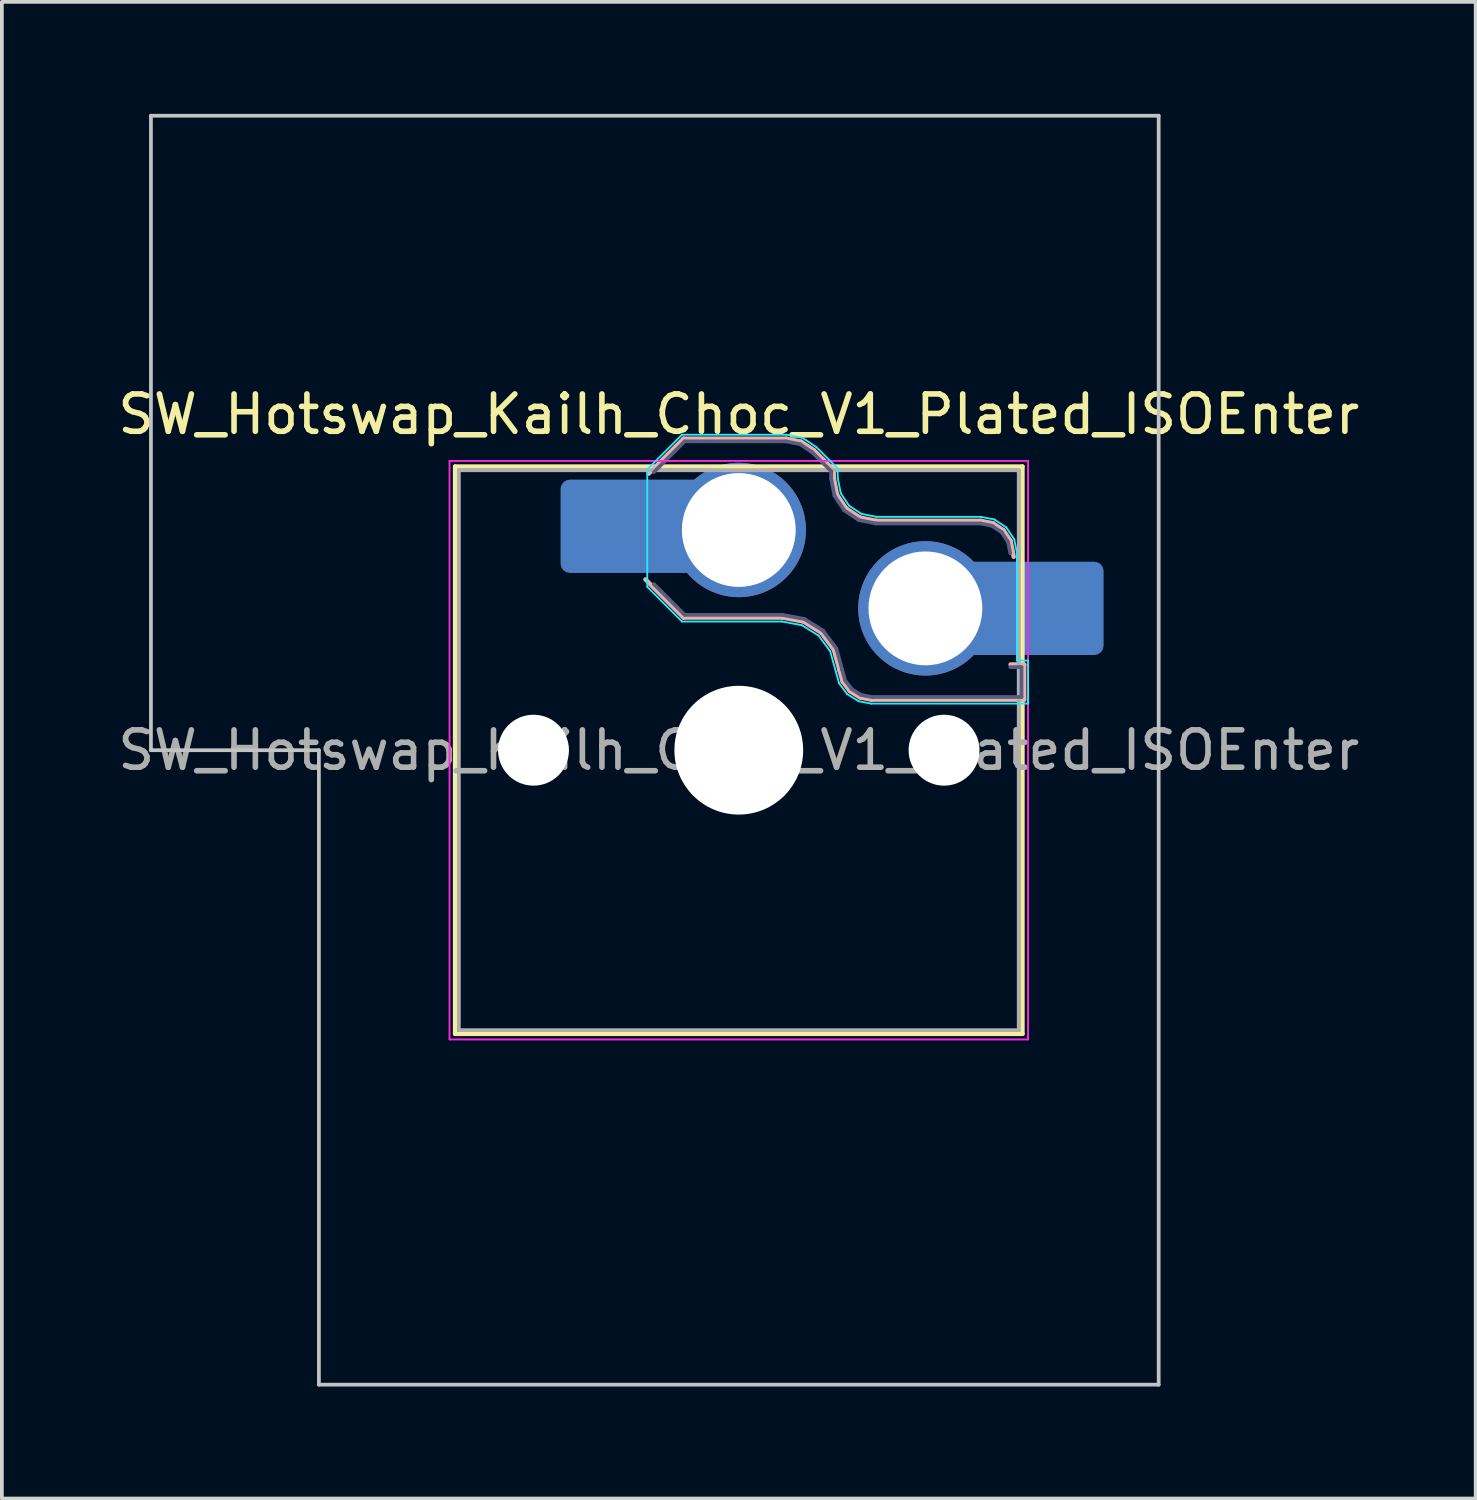
<source format=kicad_pcb>
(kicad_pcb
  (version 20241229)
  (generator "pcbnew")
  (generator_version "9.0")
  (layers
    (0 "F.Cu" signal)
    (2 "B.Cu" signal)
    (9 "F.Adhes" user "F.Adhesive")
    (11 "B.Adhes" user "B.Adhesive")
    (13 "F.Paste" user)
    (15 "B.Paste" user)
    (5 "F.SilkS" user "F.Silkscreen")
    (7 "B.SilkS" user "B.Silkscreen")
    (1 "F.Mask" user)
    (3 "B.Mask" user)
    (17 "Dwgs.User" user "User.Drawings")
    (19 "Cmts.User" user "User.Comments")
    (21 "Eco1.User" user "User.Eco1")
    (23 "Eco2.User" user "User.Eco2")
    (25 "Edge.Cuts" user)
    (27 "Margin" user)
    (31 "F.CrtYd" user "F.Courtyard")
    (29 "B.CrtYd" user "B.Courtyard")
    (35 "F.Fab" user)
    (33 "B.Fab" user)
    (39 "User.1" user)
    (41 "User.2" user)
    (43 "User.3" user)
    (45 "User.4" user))
  (footprint "SW_Hotswap_Kailh_Choc_V1_Plated_ISOEnter"
    (layer "F.Cu")
    (at 16.744 17.05)
    (property "Reference" "SW_Hotswap_Kailh_Choc_V1_Plated_ISOEnter" (at 0 -9 0) (layer "F.SilkS") (effects (font (size 1 1) (thickness 0.15))))
    (attr smd)
    (fp_line (start -7.6 -7.6) (end -7.6 7.6) (stroke (width 0.12) (type solid)) (layer "F.SilkS"))
    (fp_line (start -7.6 7.6) (end 7.6 7.6) (stroke (width 0.12) (type solid)) (layer "F.SilkS"))
    (fp_line (start 7.6 -7.6) (end -7.6 -7.6) (stroke (width 0.12) (type solid)) (layer "F.SilkS"))
    (fp_line (start 7.6 7.6) (end 7.6 -7.6) (stroke (width 0.12) (type solid)) (layer "F.SilkS"))
    (fp_line (start -2.416 -7.409) (end -1.479 -8.346) (stroke (width 0.12) (type solid)) (layer "B.SilkS"))
    (fp_line (start -1.479 -8.346) (end 1.268 -8.346) (stroke (width 0.12) (type solid)) (layer "B.SilkS"))
    (fp_line (start -1.479 -3.554) (end -2.5 -4.575) (stroke (width 0.12) (type solid)) (layer "B.SilkS"))
    (fp_line (start 1.168 -3.554) (end -1.479 -3.554) (stroke (width 0.12) (type solid)) (layer "B.SilkS"))
    (fp_line (start 1.268 -8.346) (end 1.671 -8.266) (stroke (width 0.12) (type solid)) (layer "B.SilkS"))
    (fp_line (start 1.671 -8.266) (end 2.013 -8.037) (stroke (width 0.12) (type solid)) (layer "B.SilkS"))
    (fp_line (start 1.73 -3.449) (end 1.168 -3.554) (stroke (width 0.12) (type solid)) (layer "B.SilkS"))
    (fp_line (start 2.013 -8.037) (end 2.546 -7.504) (stroke (width 0.12) (type solid)) (layer "B.SilkS"))
    (fp_line (start 2.209 -3.15) (end 1.73 -3.449) (stroke (width 0.12) (type solid)) (layer "B.SilkS"))
    (fp_line (start 2.546 -7.504) (end 2.546 -7.282) (stroke (width 0.12) (type solid)) (layer "B.SilkS"))
    (fp_line (start 2.546 -7.282) (end 2.633 -6.844) (stroke (width 0.12) (type solid)) (layer "B.SilkS"))
    (fp_line (start 2.547 -2.697) (end 2.209 -3.15) (stroke (width 0.12) (type solid)) (layer "B.SilkS"))
    (fp_line (start 2.633 -6.844) (end 2.877 -6.477) (stroke (width 0.12) (type solid)) (layer "B.SilkS"))
    (fp_line (start 2.701 -2.139) (end 2.547 -2.697) (stroke (width 0.12) (type solid)) (layer "B.SilkS"))
    (fp_line (start 2.783 -1.841) (end 2.701 -2.139) (stroke (width 0.12) (type solid)) (layer "B.SilkS"))
    (fp_line (start 2.877 -6.477) (end 3.244 -6.233) (stroke (width 0.12) (type solid)) (layer "B.SilkS"))
    (fp_line (start 2.976 -1.583) (end 2.783 -1.841) (stroke (width 0.12) (type solid)) (layer "B.SilkS"))
    (fp_line (start 3.244 -6.233) (end 3.682 -6.146) (stroke (width 0.12) (type solid)) (layer "B.SilkS"))
    (fp_line (start 3.25 -1.413) (end 2.976 -1.583) (stroke (width 0.12) (type solid)) (layer "B.SilkS"))
    (fp_line (start 3.56 -1.354) (end 3.25 -1.413) (stroke (width 0.12) (type solid)) (layer "B.SilkS"))
    (fp_line (start 3.682 -6.146) (end 6.482 -6.146) (stroke (width 0.12) (type solid)) (layer "B.SilkS"))
    (fp_line (start 6.482 -6.146) (end 6.809 -6.081) (stroke (width 0.12) (type solid)) (layer "B.SilkS"))
    (fp_line (start 6.809 -6.081) (end 7.092 -5.892) (stroke (width 0.12) (type solid)) (layer "B.SilkS"))
    (fp_line (start 7.092 -5.892) (end 7.281 -5.609) (stroke (width 0.12) (type solid)) (layer "B.SilkS"))
    (fp_line (start 7.281 -5.609) (end 7.366 -5.182) (stroke (width 0.12) (type solid)) (layer "B.SilkS"))
    (fp_line (start 7.283 -2.296) (end 7.646 -2.296) (stroke (width 0.12) (type solid)) (layer "B.SilkS"))
    (fp_line (start 7.646 -2.296) (end 7.646 -1.354) (stroke (width 0.12) (type solid)) (layer "B.SilkS"))
    (fp_line (start 7.646 -1.354) (end 3.56 -1.354) (stroke (width 0.12) (type solid)) (layer "B.SilkS"))
    (fp_line (start -15.75 -17) (end -15.75 0) (stroke (width 0.1) (type solid)) (layer "Dwgs.User"))
    (fp_line (start -15.75 0) (end -11.25 0) (stroke (width 0.1) (type solid)) (layer "Dwgs.User"))
    (fp_line (start -11.25 0) (end -11.25 17) (stroke (width 0.1) (type solid)) (layer "Dwgs.User"))
    (fp_line (start -11.25 17) (end 11.25 17) (stroke (width 0.1) (type solid)) (layer "Dwgs.User"))
    (fp_line (start 11.25 -17) (end -15.75 -17) (stroke (width 0.1) (type solid)) (layer "Dwgs.User"))
    (fp_line (start 11.25 17) (end 11.25 -17) (stroke (width 0.1) (type solid)) (layer "Dwgs.User"))
    (fp_line (start -7.25 -7.25) (end -7.25 7.25) (stroke (width 0.1) (type solid)) (layer "Eco1.User"))
    (fp_line (start -7.25 7.25) (end 7.25 7.25) (stroke (width 0.1) (type solid)) (layer "Eco1.User"))
    (fp_line (start 7.25 -7.25) (end -7.25 -7.25) (stroke (width 0.1) (type solid)) (layer "Eco1.User"))
    (fp_line (start 7.25 7.25) (end 7.25 -7.25) (stroke (width 0.1) (type solid)) (layer "Eco1.User"))
    (fp_line (start -2.452 -7.523) (end -1.523 -8.452) (stroke (width 0.05) (type solid)) (layer "B.CrtYd"))
    (fp_line (start -2.452 -4.377) (end -2.452 -7.523) (stroke (width 0.05) (type solid)) (layer "B.CrtYd"))
    (fp_line (start -1.523 -8.452) (end 1.278 -8.452) (stroke (width 0.05) (type solid)) (layer "B.CrtYd"))
    (fp_line (start -1.523 -3.448) (end -2.452 -4.377) (stroke (width 0.05) (type solid)) (layer "B.CrtYd"))
    (fp_line (start 1.159 -3.448) (end -1.523 -3.448) (stroke (width 0.05) (type solid)) (layer "B.CrtYd"))
    (fp_line (start 1.278 -8.452) (end 1.712 -8.366) (stroke (width 0.05) (type solid)) (layer "B.CrtYd"))
    (fp_line (start 1.691 -3.348) (end 1.159 -3.448) (stroke (width 0.05) (type solid)) (layer "B.CrtYd"))
    (fp_line (start 1.712 -8.366) (end 2.081 -8.119) (stroke (width 0.05) (type solid)) (layer "B.CrtYd"))
    (fp_line (start 2.081 -8.119) (end 2.652 -7.548) (stroke (width 0.05) (type solid)) (layer "B.CrtYd"))
    (fp_line (start 2.136 -3.071) (end 1.691 -3.348) (stroke (width 0.05) (type solid)) (layer "B.CrtYd"))
    (fp_line (start 2.45 -2.65) (end 2.136 -3.071) (stroke (width 0.05) (type solid)) (layer "B.CrtYd"))
    (fp_line (start 2.599 -2.111) (end 2.45 -2.65) (stroke (width 0.05) (type solid)) (layer "B.CrtYd"))
    (fp_line (start 2.652 -7.548) (end 2.652 -7.292) (stroke (width 0.05) (type solid)) (layer "B.CrtYd"))
    (fp_line (start 2.652 -7.292) (end 2.733 -6.885) (stroke (width 0.05) (type solid)) (layer "B.CrtYd"))
    (fp_line (start 2.687 -1.794) (end 2.599 -2.111) (stroke (width 0.05) (type solid)) (layer "B.CrtYd"))
    (fp_line (start 2.733 -6.885) (end 2.953 -6.553) (stroke (width 0.05) (type solid)) (layer "B.CrtYd"))
    (fp_line (start 2.903 -1.503) (end 2.687 -1.794) (stroke (width 0.05) (type solid)) (layer "B.CrtYd"))
    (fp_line (start 2.953 -6.553) (end 3.285 -6.333) (stroke (width 0.05) (type solid)) (layer "B.CrtYd"))
    (fp_line (start 3.211 -1.312) (end 2.903 -1.503) (stroke (width 0.05) (type solid)) (layer "B.CrtYd"))
    (fp_line (start 3.285 -6.333) (end 3.692 -6.252) (stroke (width 0.05) (type solid)) (layer "B.CrtYd"))
    (fp_line (start 3.55 -1.248) (end 3.211 -1.312) (stroke (width 0.05) (type solid)) (layer "B.CrtYd"))
    (fp_line (start 3.692 -6.252) (end 6.492 -6.252) (stroke (width 0.05) (type solid)) (layer "B.CrtYd"))
    (fp_line (start 6.492 -6.252) (end 6.85 -6.181) (stroke (width 0.05) (type solid)) (layer "B.CrtYd"))
    (fp_line (start 6.85 -6.181) (end 7.168 -5.968) (stroke (width 0.05) (type solid)) (layer "B.CrtYd"))
    (fp_line (start 7.168 -5.968) (end 7.381 -5.65) (stroke (width 0.05) (type solid)) (layer "B.CrtYd"))
    (fp_line (start 7.381 -5.65) (end 7.452 -5.292) (stroke (width 0.05) (type solid)) (layer "B.CrtYd"))
    (fp_line (start 7.452 -5.292) (end 7.452 -2.402) (stroke (width 0.05) (type solid)) (layer "B.CrtYd"))
    (fp_line (start 7.452 -2.402) (end 7.752 -2.402) (stroke (width 0.05) (type solid)) (layer "B.CrtYd"))
    (fp_line (start 7.752 -2.402) (end 7.752 -1.248) (stroke (width 0.05) (type solid)) (layer "B.CrtYd"))
    (fp_line (start 7.752 -1.248) (end 3.55 -1.248) (stroke (width 0.05) (type solid)) (layer "B.CrtYd"))
    (fp_line (start -7.75 -7.75) (end -7.75 7.75) (stroke (width 0.05) (type solid)) (layer "F.CrtYd"))
    (fp_line (start -7.75 7.75) (end 7.75 7.75) (stroke (width 0.05) (type solid)) (layer "F.CrtYd"))
    (fp_line (start 7.75 -7.75) (end -7.75 -7.75) (stroke (width 0.05) (type solid)) (layer "F.CrtYd"))
    (fp_line (start 7.75 7.75) (end 7.75 -7.75) (stroke (width 0.05) (type solid)) (layer "F.CrtYd"))
    (fp_line (start -2.275 -7.45) (end -1.45 -8.275) (stroke (width 0.1) (type solid)) (layer "B.Fab"))
    (fp_line (start -1.45 -8.275) (end 1.261 -8.275) (stroke (width 0.1) (type solid)) (layer "B.Fab"))
    (fp_line (start -1.45 -3.625) (end -2.275 -4.45) (stroke (width 0.1) (type solid)) (layer "B.Fab"))
    (fp_line (start 1.175 -3.625) (end -1.45 -3.625) (stroke (width 0.1) (type solid)) (layer "B.Fab"))
    (fp_line (start 1.261 -8.275) (end 1.643 -8.199) (stroke (width 0.1) (type solid)) (layer "B.Fab"))
    (fp_line (start 1.643 -8.199) (end 1.968 -7.982) (stroke (width 0.1) (type solid)) (layer "B.Fab"))
    (fp_line (start 1.756 -3.516) (end 1.175 -3.625) (stroke (width 0.1) (type solid)) (layer "B.Fab"))
    (fp_line (start 1.968 -7.982) (end 2.475 -7.475) (stroke (width 0.1) (type solid)) (layer "B.Fab"))
    (fp_line (start 2.258 -3.203) (end 1.756 -3.516) (stroke (width 0.1) (type solid)) (layer "B.Fab"))
    (fp_line (start 2.475 -7.475) (end 2.475 -7.275) (stroke (width 0.1) (type solid)) (layer "B.Fab"))
    (fp_line (start 2.475 -7.275) (end 2.566 -6.816) (stroke (width 0.1) (type solid)) (layer "B.Fab"))
    (fp_line (start 2.566 -6.816) (end 2.826 -6.426) (stroke (width 0.1) (type solid)) (layer "B.Fab"))
    (fp_line (start 2.612 -2.729) (end 2.258 -3.203) (stroke (width 0.1) (type solid)) (layer "B.Fab"))
    (fp_line (start 2.769 -2.158) (end 2.612 -2.729) (stroke (width 0.1) (type solid)) (layer "B.Fab"))
    (fp_line (start 2.826 -6.426) (end 3.216 -6.166) (stroke (width 0.1) (type solid)) (layer "B.Fab"))
    (fp_line (start 2.848 -1.873) (end 2.769 -2.158) (stroke (width 0.1) (type solid)) (layer "B.Fab"))
    (fp_line (start 3.025 -1.636) (end 2.848 -1.873) (stroke (width 0.1) (type solid)) (layer "B.Fab"))
    (fp_line (start 3.216 -6.166) (end 3.675 -6.075) (stroke (width 0.1) (type solid)) (layer "B.Fab"))
    (fp_line (start 3.276 -1.48) (end 3.025 -1.636) (stroke (width 0.1) (type solid)) (layer "B.Fab"))
    (fp_line (start 3.567 -1.425) (end 3.276 -1.48) (stroke (width 0.1) (type solid)) (layer "B.Fab"))
    (fp_line (start 3.675 -6.075) (end 6.475 -6.075) (stroke (width 0.1) (type solid)) (layer "B.Fab"))
    (fp_line (start 6.475 -6.075) (end 6.781 -6.014) (stroke (width 0.1) (type solid)) (layer "B.Fab"))
    (fp_line (start 6.781 -6.014) (end 7.041 -5.841) (stroke (width 0.1) (type solid)) (layer "B.Fab"))
    (fp_line (start 7.041 -5.841) (end 7.214 -5.581) (stroke (width 0.1) (type solid)) (layer "B.Fab"))
    (fp_line (start 7.214 -5.581) (end 7.275 -5.275) (stroke (width 0.1) (type solid)) (layer "B.Fab"))
    (fp_line (start 7.275 -2.225) (end 7.575 -2.225) (stroke (width 0.1) (type solid)) (layer "B.Fab"))
    (fp_line (start 7.575 -2.225) (end 7.575 -1.425) (stroke (width 0.1) (type solid)) (layer "B.Fab"))
    (fp_line (start 7.575 -1.425) (end 3.567 -1.425) (stroke (width 0.1) (type solid)) (layer "B.Fab"))
    (fp_line (start -7.5 -7.5) (end -7.5 7.5) (stroke (width 0.1) (type solid)) (layer "F.Fab"))
    (fp_line (start -7.5 7.5) (end 7.5 7.5) (stroke (width 0.1) (type solid)) (layer "F.Fab"))
    (fp_line (start 7.5 -7.5) (end -7.5 -7.5) (stroke (width 0.1) (type solid)) (layer "F.Fab"))
    (fp_line (start 7.5 7.5) (end 7.5 -7.5) (stroke (width 0.1) (type solid)) (layer "F.Fab"))
    (fp_text user "${REFERENCE}" (at 0 0 0) (layer "F.Fab") (effects (font (size 1 1) (thickness 0.15))))
    (pad "" np_thru_hole circle (at -5.5 0) (size 1.9 1.9) (drill 1.9) (layers "*.Cu" "*.Mask"))
    (pad "" smd roundrect (at -3.5 -6) (size 2.55 2.5) (layers "B.Mask" "B.Paste") (roundrect_rratio 0.1))
    (pad "" np_thru_hole circle (at 0 0) (size 3.45 3.45) (drill 3.45) (layers "*.Cu" "*.Mask"))
    (pad "" np_thru_hole circle (at 5.5 0) (size 1.9 1.9) (drill 1.9) (layers "*.Cu" "*.Mask"))
    (pad "" smd roundrect (at 8.5 -3.8) (size 2.55 2.5) (layers "B.Mask" "B.Paste") (roundrect_rratio 0.1))
    (pad "1" smd roundrect (at -2.85 -6) (size 3.85 2.5) (layers "B.Cu") (roundrect_rratio 0.1))
    (pad "1" thru_hole circle (at 0 -5.9) (size 3.6 3.6) (drill 3.05) (layers "*.Cu" "*.Mask"))
    (pad "2" thru_hole circle (at 5 -3.8) (size 3.6 3.6) (drill 3.05) (layers "*.Cu" "*.Mask"))
    (pad "2" smd roundrect (at 7.85 -3.8) (size 3.85 2.5) (layers "B.Cu") (roundrect_rratio 0.1)))
  (gr_rect
    (start -3 -3)
    (end 36.488 37.1)
    (stroke (width 0.1) (type default))
    (fill no)
    (layer "Edge.Cuts")))
</source>
